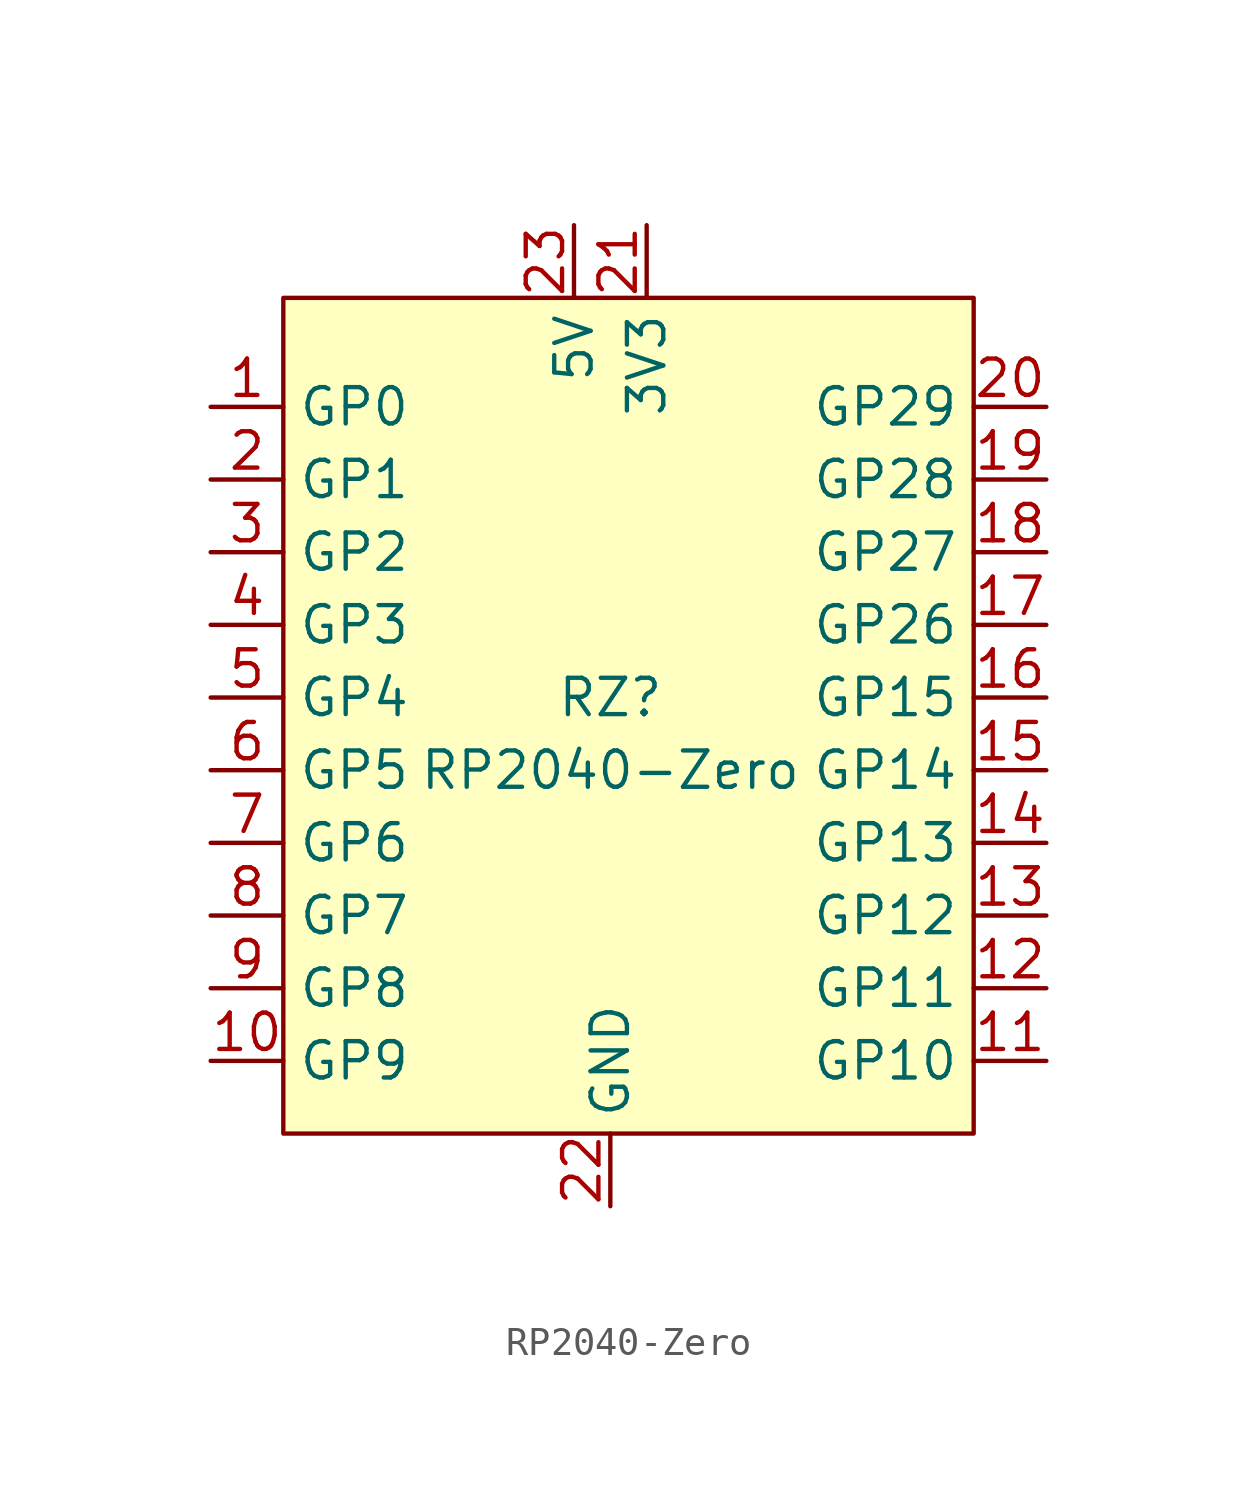
<source format=kicad_sym>
(kicad_symbol_lib
  (version 20211014)
  (generator kicad_symbol_editor)
  (symbol "RP2040-Zero"
    (property "Reference" "RZ"
      (at 0 0 0)
      (effects (font (size 1.27 1.27))))
    (property "Value" "RP2040-Zero"
      (at 0 -2.54 0)
      (effects (font (size 1.27 1.27))))
    (symbol "RP2040-Zero_0_1"
      (rectangle (start -11.43 -15.24) (end 12.7 13.97) (stroke (width 0) (type default) (color 0 0 0 0)) (fill (type background))))
    (symbol "RP2040-Zero_1_1"
      (pin bidirectional line (at -13.97 10.16 0) (length 2.54) (name "GP0" (effects (font (size 1.27 1.27)))) (number "1" (effects (font (size 1.27 1.27)))))
      (pin bidirectional line (at -13.97 -12.7 0) (length 2.54) (name "GP9" (effects (font (size 1.27 1.27)))) (number "10" (effects (font (size 1.27 1.27)))))
      (pin bidirectional line (at 15.24 -12.7 180) (length 2.54) (name "GP10" (effects (font (size 1.27 1.27)))) (number "11" (effects (font (size 1.27 1.27)))))
      (pin bidirectional line (at 15.24 -10.16 180) (length 2.54) (name "GP11" (effects (font (size 1.27 1.27)))) (number "12" (effects (font (size 1.27 1.27)))))
      (pin bidirectional line (at 15.24 -7.62 180) (length 2.54) (name "GP12" (effects (font (size 1.27 1.27)))) (number "13" (effects (font (size 1.27 1.27)))))
      (pin bidirectional line (at 15.24 -5.08 180) (length 2.54) (name "GP13" (effects (font (size 1.27 1.27)))) (number "14" (effects (font (size 1.27 1.27)))))
      (pin bidirectional line (at 15.24 -2.54 180) (length 2.54) (name "GP14" (effects (font (size 1.27 1.27)))) (number "15" (effects (font (size 1.27 1.27)))))
      (pin bidirectional line (at 15.24 0 180) (length 2.54) (name "GP15" (effects (font (size 1.27 1.27)))) (number "16" (effects (font (size 1.27 1.27)))))
      (pin bidirectional line (at 15.24 2.54 180) (length 2.54) (name "GP26" (effects (font (size 1.27 1.27)))) (number "17" (effects (font (size 1.27 1.27)))))
      (pin bidirectional line (at 15.24 5.08 180) (length 2.54) (name "GP27" (effects (font (size 1.27 1.27)))) (number "18" (effects (font (size 1.27 1.27)))))
      (pin bidirectional line (at 15.24 7.62 180) (length 2.54) (name "GP28" (effects (font (size 1.27 1.27)))) (number "19" (effects (font (size 1.27 1.27)))))
      (pin bidirectional line (at -13.97 7.62 0) (length 2.54) (name "GP1" (effects (font (size 1.27 1.27)))) (number "2" (effects (font (size 1.27 1.27)))))
      (pin bidirectional line (at 15.24 10.16 180) (length 2.54) (name "GP29" (effects (font (size 1.27 1.27)))) (number "20" (effects (font (size 1.27 1.27)))))
      (pin power_in line (at 1.27 16.51 270) (length 2.54) (name "3V3" (effects (font (size 1.27 1.27)))) (number "21" (effects (font (size 1.27 1.27)))))
      (pin power_in line (at 0 -17.78 90) (length 2.54) (name "GND" (effects (font (size 1.27 1.27)))) (number "22" (effects (font (size 1.27 1.27)))))
      (pin power_in line (at -1.27 16.51 270) (length 2.54) (name "5V" (effects (font (size 1.27 1.27)))) (number "23" (effects (font (size 1.27 1.27)))))
      (pin bidirectional line (at -13.97 5.08 0) (length 2.54) (name "GP2" (effects (font (size 1.27 1.27)))) (number "3" (effects (font (size 1.27 1.27)))))
      (pin bidirectional line (at -13.97 2.54 0) (length 2.54) (name "GP3" (effects (font (size 1.27 1.27)))) (number "4" (effects (font (size 1.27 1.27)))))
      (pin bidirectional line (at -13.97 0 0) (length 2.54) (name "GP4" (effects (font (size 1.27 1.27)))) (number "5" (effects (font (size 1.27 1.27)))))
      (pin bidirectional line (at -13.97 -2.54 0) (length 2.54) (name "GP5" (effects (font (size 1.27 1.27)))) (number "6" (effects (font (size 1.27 1.27)))))
      (pin bidirectional line (at -13.97 -5.08 0) (length 2.54) (name "GP6" (effects (font (size 1.27 1.27)))) (number "7" (effects (font (size 1.27 1.27)))))
      (pin bidirectional line (at -13.97 -7.62 0) (length 2.54) (name "GP7" (effects (font (size 1.27 1.27)))) (number "8" (effects (font (size 1.27 1.27)))))
      (pin bidirectional line (at -13.97 -10.16 0) (length 2.54) (name "GP8" (effects (font (size 1.27 1.27)))) (number "9" (effects (font (size 1.27 1.27))))))))
</source>
